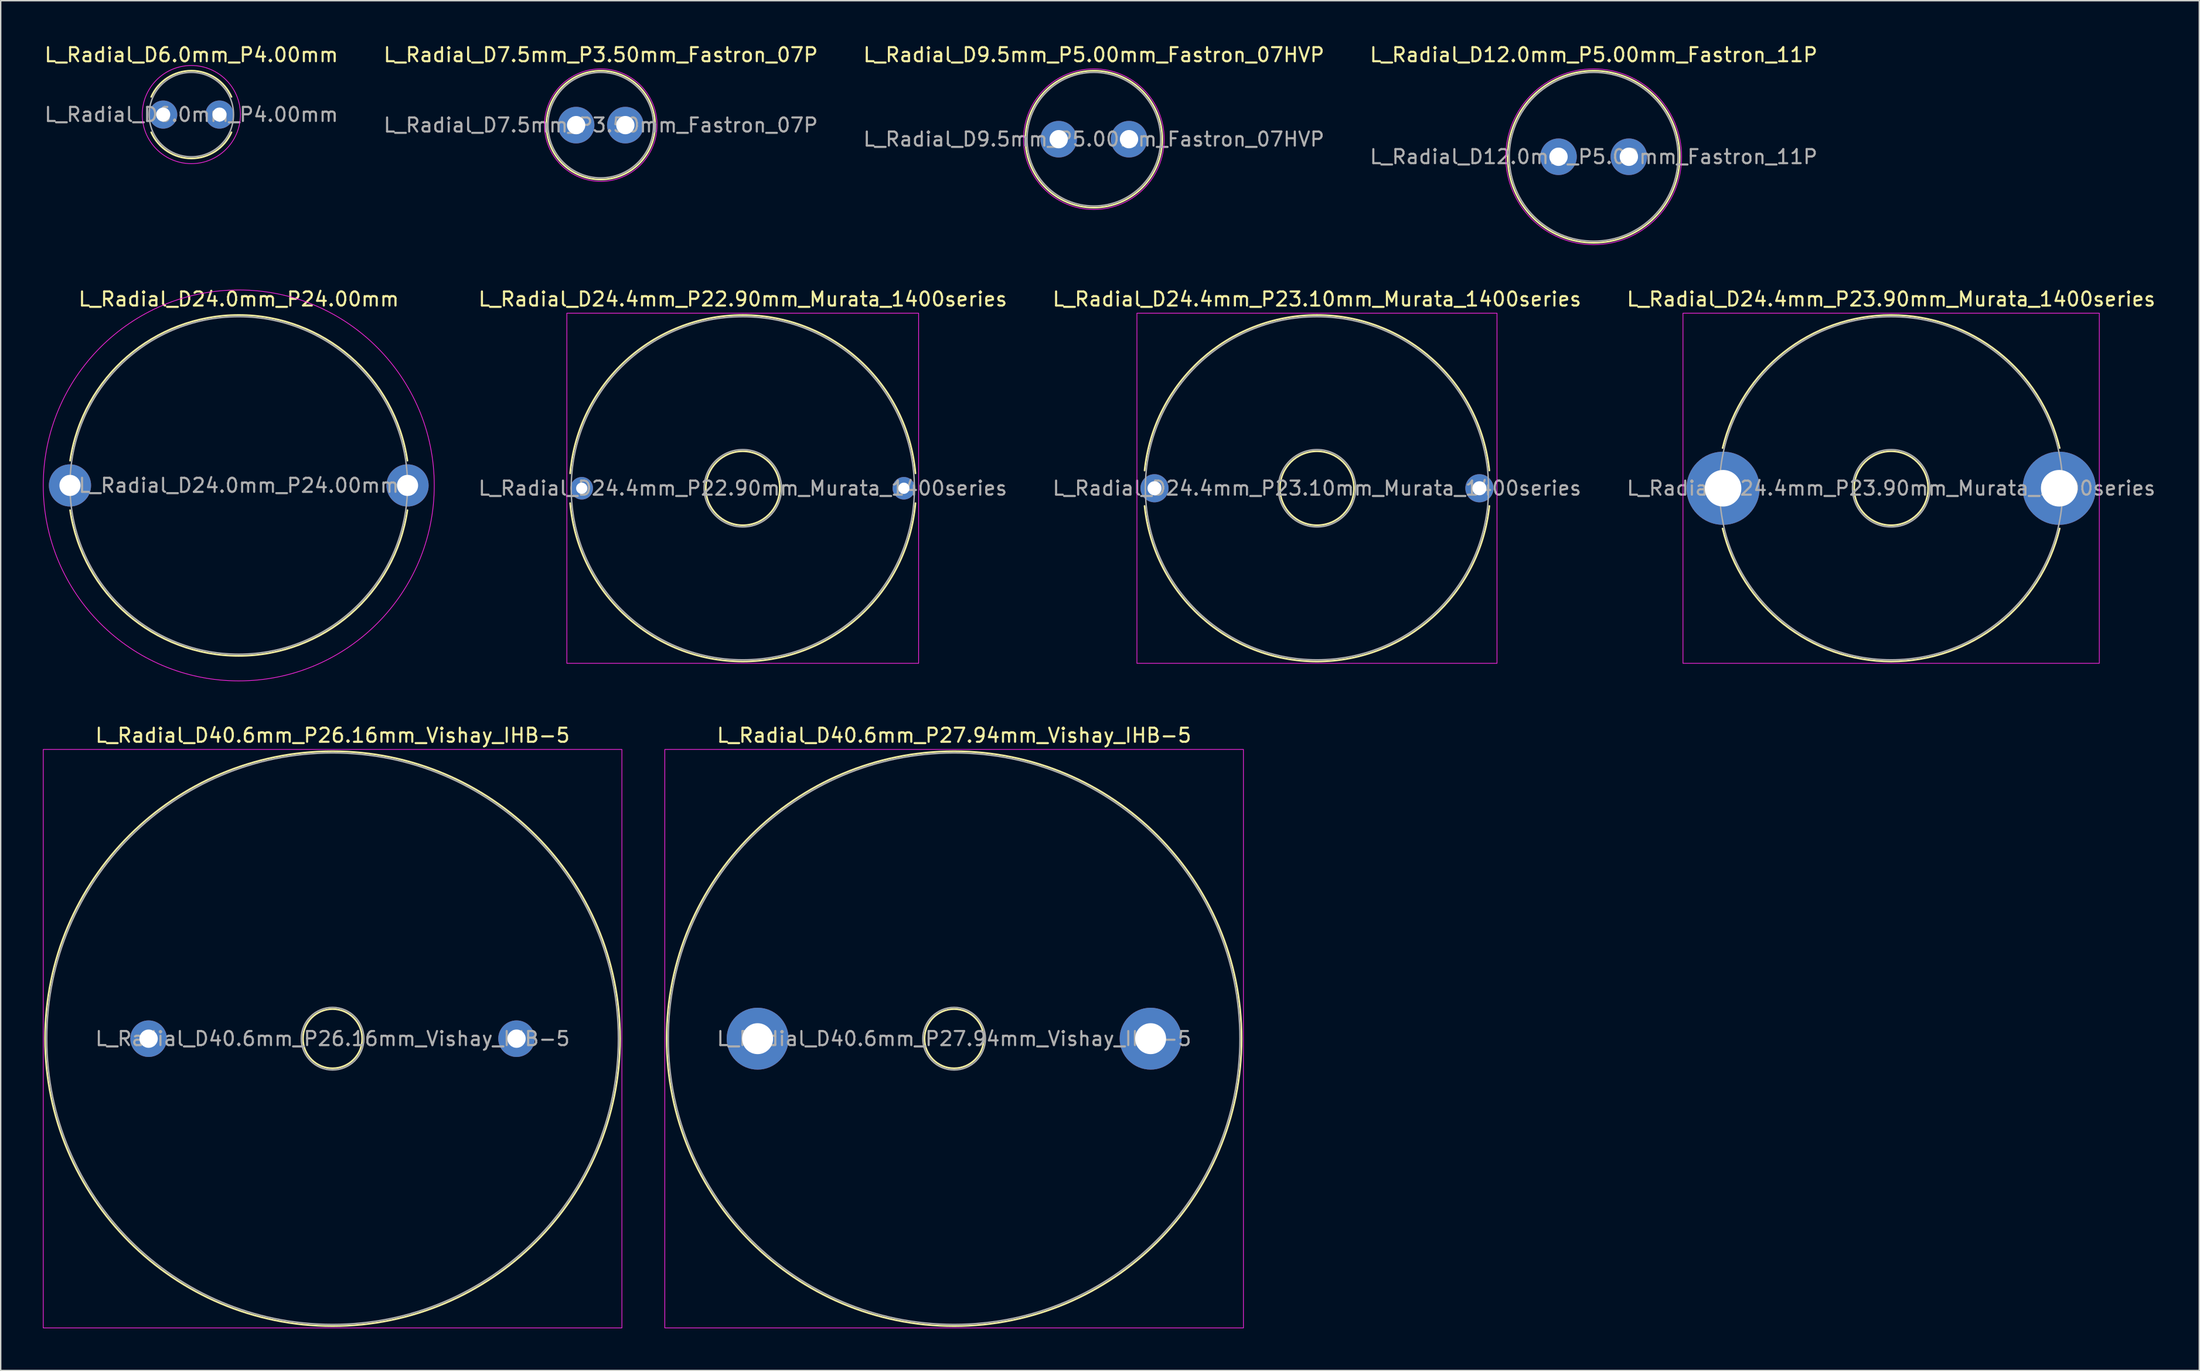
<source format=kicad_pcb>
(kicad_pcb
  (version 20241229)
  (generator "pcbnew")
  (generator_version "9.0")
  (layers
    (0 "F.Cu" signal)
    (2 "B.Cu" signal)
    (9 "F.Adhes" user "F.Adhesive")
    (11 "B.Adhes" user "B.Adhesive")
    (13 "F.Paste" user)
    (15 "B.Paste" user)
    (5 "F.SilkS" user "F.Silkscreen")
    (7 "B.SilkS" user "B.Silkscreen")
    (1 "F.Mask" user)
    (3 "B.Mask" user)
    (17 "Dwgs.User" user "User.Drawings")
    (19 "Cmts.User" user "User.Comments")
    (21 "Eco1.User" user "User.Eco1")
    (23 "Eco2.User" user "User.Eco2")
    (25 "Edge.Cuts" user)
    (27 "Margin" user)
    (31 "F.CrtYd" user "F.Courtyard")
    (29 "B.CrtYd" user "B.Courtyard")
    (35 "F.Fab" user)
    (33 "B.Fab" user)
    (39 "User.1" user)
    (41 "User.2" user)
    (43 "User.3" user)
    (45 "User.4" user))
  (footprint "L_Radial_D9.5mm_P5.00mm_Fastron_07HVP"
    (layer "F.Cu")
    (at 72.22 6.848)
    (property "Reference" "L_Radial_D9.5mm_P5.00mm_Fastron_07HVP" (at 2.5 -6 0) (layer "F.SilkS") (effects (font (size 1 1) (thickness 0.15))))
    (attr through_hole)
    (fp_circle (center 2.5 0) (end 7.37 0) (stroke (width 0.12) (type solid)) (fill no) (layer "F.SilkS"))
    (fp_circle (center 2.5 0) (end 7.5 0) (stroke (width 0.05) (type solid)) (fill no) (layer "F.CrtYd"))
    (fp_circle (center 2.5 0) (end 7.25 0) (stroke (width 0.1) (type solid)) (fill no) (layer "F.Fab"))
    (fp_text user "${REFERENCE}" (at 2.5 0 0) (layer "F.Fab") (effects (font (size 1 1) (thickness 0.15))))
    (pad "1" thru_hole circle (at 0 0) (size 2.6 2.6) (drill 1.3) (layers "*.Cu" "*.Mask"))
    (pad "2" thru_hole circle (at 5 0) (size 2.6 2.6) (drill 1.3) (layers "*.Cu" "*.Mask")))
  (footprint "L_Radial_D40.6mm_P27.94mm_Vishay_IHB-5"
    (layer "F.Cu")
    (at 50.815 70.815)
    (property "Reference" "L_Radial_D40.6mm_P27.94mm_Vishay_IHB-5" (at 13.97 -21.57 0) (layer "F.SilkS") (effects (font (size 1 1) (thickness 0.15))))
    (attr through_hole)
    (fp_circle (center 13.97 0) (end 16.075 0) (stroke (width 0.12) (type solid)) (fill no) (layer "F.SilkS"))
    (fp_circle (center 13.97 0) (end 34.41 0) (stroke (width 0.12) (type solid)) (fill no) (layer "F.SilkS"))
    (fp_rect (start -6.6 -20.57) (end 34.54 20.57) (stroke (width 0.05) (type solid)) (fill no) (layer "F.CrtYd"))
    (fp_circle (center 13.97 0) (end 16.195 0) (stroke (width 0.1) (type solid)) (fill no) (layer "F.Fab"))
    (fp_circle (center 13.97 0) (end 34.29 0) (stroke (width 0.1) (type solid)) (fill no) (layer "F.Fab"))
    (fp_text user "${REFERENCE}" (at 13.97 0 0) (layer "F.Fab") (effects (font (size 1 1) (thickness 0.15))))
    (pad "1" thru_hole circle (at 0 0) (size 4.4 4.4) (drill 2.2) (layers "*.Cu" "*.Mask"))
    (pad "2" thru_hole circle (at 27.94 0) (size 4.4 4.4) (drill 2.2) (layers "*.Cu" "*.Mask")))
  (footprint "L_Radial_D24.4mm_P23.10mm_Murata_1400series"
    (layer "F.Cu")
    (at 79.032 31.672)
    (property "Reference" "L_Radial_D24.4mm_P23.10mm_Murata_1400series" (at 11.55 -13.45 0) (layer "F.SilkS") (effects (font (size 1 1) (thickness 0.15))))
    (attr through_hole)
    (fp_arc (start -0.705399 -1.26) (mid 11.55 -12.32) (end 23.805399 -1.26) (stroke (width 0.12) (type solid)) (layer "F.SilkS"))
    (fp_arc (start 23.805399 1.26) (mid 11.55 12.32) (end -0.705399 1.26) (stroke (width 0.12) (type solid)) (layer "F.SilkS"))
    (fp_circle (center 11.55 0) (end 14.18 0) (stroke (width 0.12) (type solid)) (fill no) (layer "F.SilkS"))
    (fp_rect (start -1.25 -12.45) (end 24.35 12.45) (stroke (width 0.05) (type solid)) (fill no) (layer "F.CrtYd"))
    (fp_circle (center 11.55 0) (end 14.3 0) (stroke (width 0.1) (type solid)) (fill no) (layer "F.Fab"))
    (fp_circle (center 11.55 0) (end 23.75 0) (stroke (width 0.1) (type solid)) (fill no) (layer "F.Fab"))
    (fp_text user "${REFERENCE}" (at 11.55 0 0) (layer "F.Fab") (effects (font (size 1 1) (thickness 0.15))))
    (pad "1" thru_hole circle (at 0 0) (size 2 2) (drill 1) (layers "*.Cu" "*.Mask"))
    (pad "2" thru_hole circle (at 23.1 0) (size 2 2) (drill 1) (layers "*.Cu" "*.Mask")))
  (footprint "L_Radial_D6.0mm_P4.00mm"
    (layer "F.Cu")
    (at 8.554 5.098)
    (property "Reference" "L_Radial_D6.0mm_P4.00mm" (at 2 -4.25 0) (layer "F.SilkS") (effects (font (size 1 1) (thickness 0.15))))
    (attr through_hole)
    (fp_arc (start -0.85426 -1.26) (mid 2 -3.12) (end 4.85426 -1.26) (stroke (width 0.12) (type solid)) (layer "F.SilkS"))
    (fp_arc (start 4.85426 1.26) (mid 2 3.12) (end -0.85426 1.26) (stroke (width 0.12) (type solid)) (layer "F.SilkS"))
    (fp_circle (center 2 0) (end 5.49 0) (stroke (width 0.05) (type solid)) (fill no) (layer "F.CrtYd"))
    (fp_circle (center 2 0) (end 5 0) (stroke (width 0.1) (type solid)) (fill no) (layer "F.Fab"))
    (fp_text user "${REFERENCE}" (at 2 0 0) (layer "F.Fab") (effects (font (size 1 1) (thickness 0.15))))
    (pad "1" thru_hole circle (at 0 0) (size 2 2) (drill 1) (layers "*.Cu" "*.Mask"))
    (pad "2" thru_hole circle (at 4 0) (size 2 2) (drill 1) (layers "*.Cu" "*.Mask")))
  (footprint "L_Radial_D40.6mm_P26.16mm_Vishay_IHB-5"
    (layer "F.Cu")
    (at 7.515 70.815)
    (property "Reference" "L_Radial_D40.6mm_P26.16mm_Vishay_IHB-5" (at 13.08 -21.57 0) (layer "F.SilkS") (effects (font (size 1 1) (thickness 0.15))))
    (attr through_hole)
    (fp_circle (center 13.08 0) (end 15.185 0) (stroke (width 0.12) (type solid)) (fill no) (layer "F.SilkS"))
    (fp_circle (center 13.08 0) (end 33.52 0) (stroke (width 0.12) (type solid)) (fill no) (layer "F.SilkS"))
    (fp_rect (start -7.49 -20.57) (end 33.65 20.57) (stroke (width 0.05) (type solid)) (fill no) (layer "F.CrtYd"))
    (fp_circle (center 13.08 0) (end 15.305 0) (stroke (width 0.1) (type solid)) (fill no) (layer "F.Fab"))
    (fp_circle (center 13.08 0) (end 33.4 0) (stroke (width 0.1) (type solid)) (fill no) (layer "F.Fab"))
    (fp_text user "${REFERENCE}" (at 13.08 0 0) (layer "F.Fab") (effects (font (size 1 1) (thickness 0.15))))
    (pad "1" thru_hole circle (at 0 0) (size 2.6 2.6) (drill 1.3) (layers "*.Cu" "*.Mask"))
    (pad "2" thru_hole circle (at 26.16 0) (size 2.6 2.6) (drill 1.3) (layers "*.Cu" "*.Mask")))
  (footprint "L_Radial_D24.4mm_P22.90mm_Murata_1400series"
    (layer "F.Cu")
    (at 38.311 31.672)
    (property "Reference" "L_Radial_D24.4mm_P22.90mm_Murata_1400series" (at 11.45 -13.45 0) (layer "F.SilkS") (effects (font (size 1 1) (thickness 0.15))))
    (attr through_hole)
    (fp_arc (start -0.824315 -1.06) (mid 11.45 -12.32) (end 23.724315 -1.06) (stroke (width 0.12) (type solid)) (layer "F.SilkS"))
    (fp_arc (start 23.724315 1.06) (mid 11.45 12.32) (end -0.824315 1.06) (stroke (width 0.12) (type solid)) (layer "F.SilkS"))
    (fp_circle (center 11.45 0) (end 14.08 0) (stroke (width 0.12) (type solid)) (fill no) (layer "F.SilkS"))
    (fp_rect (start -1.06 -12.45) (end 23.95 12.45) (stroke (width 0.05) (type solid)) (fill no) (layer "F.CrtYd"))
    (fp_circle (center 11.45 0) (end 14.2 0) (stroke (width 0.1) (type solid)) (fill no) (layer "F.Fab"))
    (fp_circle (center 11.45 0) (end 23.65 0) (stroke (width 0.1) (type solid)) (fill no) (layer "F.Fab"))
    (fp_text user "${REFERENCE}" (at 11.45 0 0) (layer "F.Fab") (effects (font (size 1 1) (thickness 0.15))))
    (pad "1" thru_hole circle (at 0 0) (size 1.6 1.6) (drill 0.8) (layers "*.Cu" "*.Mask"))
    (pad "2" thru_hole circle (at 22.9 0) (size 1.6 1.6) (drill 0.8) (layers "*.Cu" "*.Mask")))
  (footprint "L_Radial_D24.4mm_P23.90mm_Murata_1400series"
    (layer "F.Cu")
    (at 119.454 31.672)
    (property "Reference" "L_Radial_D24.4mm_P23.90mm_Murata_1400series" (at 11.95 -13.45 0) (layer "F.SilkS") (effects (font (size 1 1) (thickness 0.15))))
    (attr through_hole)
    (fp_arc (start -0.033439 -2.86) (mid 11.95 -12.32) (end 23.933439 -2.86) (stroke (width 0.12) (type solid)) (layer "F.SilkS"))
    (fp_arc (start 23.933439 2.86) (mid 11.95 12.32) (end -0.033439 2.86) (stroke (width 0.12) (type solid)) (layer "F.SilkS"))
    (fp_circle (center 11.95 0) (end 14.58 0) (stroke (width 0.12) (type solid)) (fill no) (layer "F.SilkS"))
    (fp_rect (start -2.85 -12.45) (end 26.75 12.45) (stroke (width 0.05) (type solid)) (fill no) (layer "F.CrtYd"))
    (fp_circle (center 11.95 0) (end 14.7 0) (stroke (width 0.1) (type solid)) (fill no) (layer "F.Fab"))
    (fp_circle (center 11.95 0) (end 24.15 0) (stroke (width 0.1) (type solid)) (fill no) (layer "F.Fab"))
    (fp_text user "${REFERENCE}" (at 11.95 0 0) (layer "F.Fab") (effects (font (size 1 1) (thickness 0.15))))
    (pad "1" thru_hole circle (at 0 0) (size 5.2 5.2) (drill 2.6) (layers "*.Cu" "*.Mask"))
    (pad "2" thru_hole circle (at 23.9 0) (size 5.2 5.2) (drill 2.6) (layers "*.Cu" "*.Mask")))
  (footprint "L_Radial_D7.5mm_P3.50mm_Fastron_07P"
    (layer "F.Cu")
    (at 37.911 5.848)
    (property "Reference" "L_Radial_D7.5mm_P3.50mm_Fastron_07P" (at 1.75 -5 0) (layer "F.SilkS") (effects (font (size 1 1) (thickness 0.15))))
    (attr through_hole)
    (fp_circle (center 1.75 0) (end 5.62 0) (stroke (width 0.12) (type solid)) (fill no) (layer "F.SilkS"))
    (fp_circle (center 1.75 0) (end 5.75 0) (stroke (width 0.05) (type solid)) (fill no) (layer "F.CrtYd"))
    (fp_circle (center 1.75 0) (end 5.5 0) (stroke (width 0.1) (type solid)) (fill no) (layer "F.Fab"))
    (fp_text user "${REFERENCE}" (at 1.75 0 0) (layer "F.Fab") (effects (font (size 1 1) (thickness 0.15))))
    (pad "1" thru_hole circle (at 0 0) (size 2.6 2.6) (drill 1.3) (layers "*.Cu" "*.Mask"))
    (pad "2" thru_hole circle (at 3.5 0) (size 2.6 2.6) (drill 1.3) (layers "*.Cu" "*.Mask")))
  (footprint "L_Radial_D12.0mm_P5.00mm_Fastron_11P"
    (layer "F.Cu")
    (at 107.756 8.098)
    (property "Reference" "L_Radial_D12.0mm_P5.00mm_Fastron_11P" (at 2.5 -7.25 0) (layer "F.SilkS") (effects (font (size 1 1) (thickness 0.15))))
    (attr through_hole)
    (fp_circle (center 2.5 0) (end 8.62 0) (stroke (width 0.12) (type solid)) (fill no) (layer "F.SilkS"))
    (fp_circle (center 2.5 0) (end 8.75 0) (stroke (width 0.05) (type solid)) (fill no) (layer "F.CrtYd"))
    (fp_circle (center 2.5 0) (end 8.5 0) (stroke (width 0.1) (type solid)) (fill no) (layer "F.Fab"))
    (fp_text user "${REFERENCE}" (at 2.5 0 0) (layer "F.Fab") (effects (font (size 1 1) (thickness 0.15))))
    (pad "1" thru_hole circle (at 0 0) (size 2.6 2.6) (drill 1.3) (layers "*.Cu" "*.Mask"))
    (pad "2" thru_hole circle (at 5 0) (size 2.6 2.6) (drill 1.3) (layers "*.Cu" "*.Mask")))
  (footprint "L_Radial_D24.0mm_P24.00mm"
    (layer "F.Cu")
    (at 1.925 31.471)
    (property "Reference" "L_Radial_D24.0mm_P24.00mm" (at 12 -13.25 0) (layer "F.SilkS") (effects (font (size 1 1) (thickness 0.15))))
    (attr through_hole)
    (fp_arc (start 0.00847 -1.76) (mid 12 -12.12) (end 23.99153 -1.76) (stroke (width 0.12) (type solid)) (layer "F.SilkS"))
    (fp_arc (start 23.99153 1.76) (mid 12 12.12) (end 0.00847 1.76) (stroke (width 0.12) (type solid)) (layer "F.SilkS"))
    (fp_circle (center 12 0) (end 25.9 0) (stroke (width 0.05) (type solid)) (fill no) (layer "F.CrtYd"))
    (fp_circle (center 12 0) (end 24 0) (stroke (width 0.1) (type solid)) (fill no) (layer "F.Fab"))
    (fp_text user "${REFERENCE}" (at 12 0 0) (layer "F.Fab") (effects (font (size 1 1) (thickness 0.15))))
    (pad "1" thru_hole circle (at 0 0) (size 3 3) (drill 1.5) (layers "*.Cu" "*.Mask"))
    (pad "2" thru_hole circle (at 24 0) (size 3 3) (drill 1.5) (layers "*.Cu" "*.Mask")))
  (gr_rect
    (start -3 -3)
    (end 153.314 94.41)
    (stroke (width 0.1) (type default))
    (fill no)
    (layer "Edge.Cuts")))
</source>
